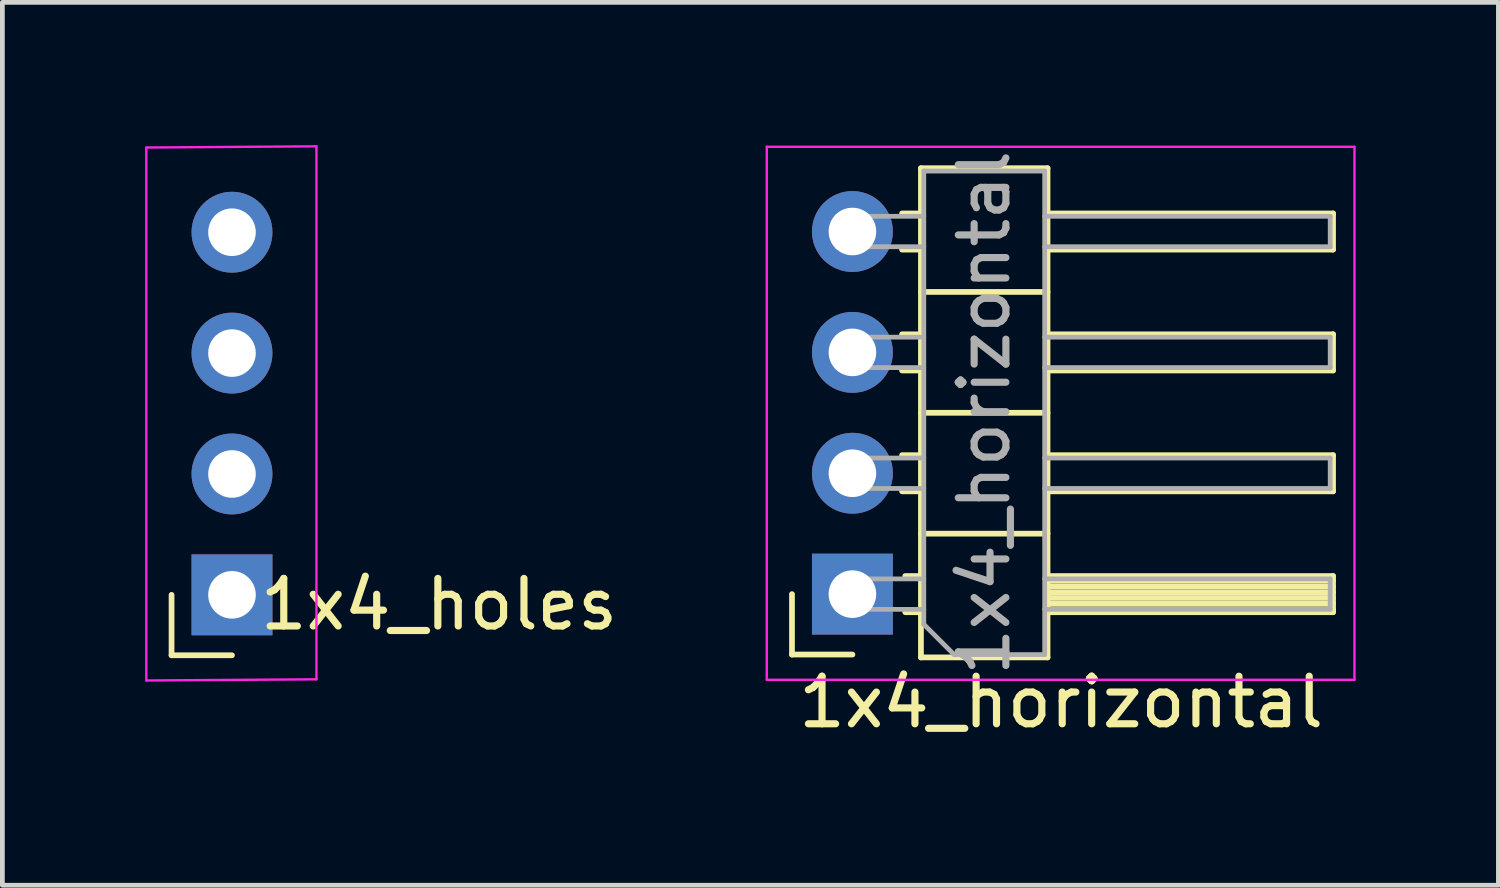
<source format=kicad_pcb>
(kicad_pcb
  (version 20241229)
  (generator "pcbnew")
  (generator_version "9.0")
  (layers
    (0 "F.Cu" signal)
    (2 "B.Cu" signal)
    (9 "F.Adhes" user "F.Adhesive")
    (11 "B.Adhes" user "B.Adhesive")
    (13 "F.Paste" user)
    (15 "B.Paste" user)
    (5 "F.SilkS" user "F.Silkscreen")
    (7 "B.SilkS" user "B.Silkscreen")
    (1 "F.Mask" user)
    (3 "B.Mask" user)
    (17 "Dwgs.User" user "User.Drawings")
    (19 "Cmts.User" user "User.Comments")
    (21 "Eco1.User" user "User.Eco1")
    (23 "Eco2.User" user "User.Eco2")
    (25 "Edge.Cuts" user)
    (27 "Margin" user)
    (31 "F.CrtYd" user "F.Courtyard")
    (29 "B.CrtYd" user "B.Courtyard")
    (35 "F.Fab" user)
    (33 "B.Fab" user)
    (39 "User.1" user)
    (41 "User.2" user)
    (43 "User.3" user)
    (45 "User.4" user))
  (footprint "1x4_holes"
    (layer "F.Cu")
    (at 1.825 1.85)
    (property "Reference" "1x4_holes" (at 4.35 7.8 0) (layer "F.SilkS") (effects (font (size 1 1) (thickness 0.15))))
    (attr through_hole)
    (fp_line (start -1.27 7.6) (end -1.27 8.87) (stroke (width 0.12) (type solid)) (layer "F.SilkS"))
    (fp_line (start -1.27 8.87) (end 0 8.87) (stroke (width 0.12) (type solid)) (layer "F.SilkS"))
    (fp_line (start -1.8 -1.8) (end 1.775 -1.825) (stroke (width 0.05) (type solid)) (layer "F.CrtYd"))
    (fp_line (start -1.8 9.4) (end -1.8 -1.8) (stroke (width 0.05) (type solid)) (layer "F.CrtYd"))
    (fp_line (start 1.775 -1.825) (end 1.775 9.375) (stroke (width 0.05) (type solid)) (layer "F.CrtYd"))
    (fp_line (start 1.775 9.375) (end -1.8 9.4) (stroke (width 0.05) (type solid)) (layer "F.CrtYd"))
    (fp_line (start -0.32 0.3) (end -0.32 -0.34) (stroke (width 0.1) (type solid)) (layer "F.Fab"))
    (fp_line (start -0.32 2.84) (end -0.32 2.2) (stroke (width 0.1) (type solid)) (layer "F.Fab"))
    (fp_line (start -0.32 5.38) (end -0.32 4.74) (stroke (width 0.1) (type solid)) (layer "F.Fab"))
    (fp_line (start -0.32 7.92) (end -0.32 7.28) (stroke (width 0.1) (type solid)) (layer "F.Fab"))
    (pad "1" thru_hole rect (at 0 7.6) (size 1.7 1.7) (drill 1) (layers "*.Cu" "*.Mask"))
    (pad "2" thru_hole oval (at 0 5.06) (size 1.7 1.7) (drill 1) (layers "*.Cu" "*.Mask"))
    (pad "3" thru_hole oval (at 0 2.52) (size 1.7 1.7) (drill 1) (layers "*.Cu" "*.Mask"))
    (pad "4" thru_hole oval (at 0 -0.02) (size 1.7 1.7) (drill 1) (layers "*.Cu" "*.Mask")))
  (footprint "1x4_horizontal"
    (layer "F.Cu")
    (at 14.863 1.835)
    (property "Reference" "1x4_horizontal" (at 4.385 9.87 0) (layer "F.SilkS") (effects (font (size 1 1) (thickness 0.15))))
    (attr through_hole)
    (fp_line (start -1.27 7.6) (end -1.27 8.87) (stroke (width 0.12) (type solid)) (layer "F.SilkS"))
    (fp_line (start -1.27 8.87) (end 0 8.87) (stroke (width 0.12) (type solid)) (layer "F.SilkS"))
    (fp_line (start 1.043 -0.4) (end 1.44 -0.4) (stroke (width 0.12) (type solid)) (layer "F.SilkS"))
    (fp_line (start 1.043 0.36) (end 1.44 0.36) (stroke (width 0.12) (type solid)) (layer "F.SilkS"))
    (fp_line (start 1.043 2.14) (end 1.44 2.14) (stroke (width 0.12) (type solid)) (layer "F.SilkS"))
    (fp_line (start 1.043 2.9) (end 1.44 2.9) (stroke (width 0.12) (type solid)) (layer "F.SilkS"))
    (fp_line (start 1.043 4.68) (end 1.44 4.68) (stroke (width 0.12) (type solid)) (layer "F.SilkS"))
    (fp_line (start 1.043 5.44) (end 1.44 5.44) (stroke (width 0.12) (type solid)) (layer "F.SilkS"))
    (fp_line (start 1.11 7.22) (end 1.44 7.22) (stroke (width 0.12) (type solid)) (layer "F.SilkS"))
    (fp_line (start 1.11 7.98) (end 1.44 7.98) (stroke (width 0.12) (type solid)) (layer "F.SilkS"))
    (fp_line (start 1.44 -1.35) (end 4.1 -1.35) (stroke (width 0.12) (type solid)) (layer "F.SilkS"))
    (fp_line (start 1.44 1.25) (end 4.1 1.25) (stroke (width 0.12) (type solid)) (layer "F.SilkS"))
    (fp_line (start 1.44 3.79) (end 4.1 3.79) (stroke (width 0.12) (type solid)) (layer "F.SilkS"))
    (fp_line (start 1.44 6.33) (end 4.1 6.33) (stroke (width 0.12) (type solid)) (layer "F.SilkS"))
    (fp_line (start 1.44 8.93) (end 1.44 -1.35) (stroke (width 0.12) (type solid)) (layer "F.SilkS"))
    (fp_line (start 4.1 -1.35) (end 4.1 8.93) (stroke (width 0.12) (type solid)) (layer "F.SilkS"))
    (fp_line (start 4.1 0.36) (end 10.1 0.36) (stroke (width 0.12) (type solid)) (layer "F.SilkS"))
    (fp_line (start 4.1 2.9) (end 10.1 2.9) (stroke (width 0.12) (type solid)) (layer "F.SilkS"))
    (fp_line (start 4.1 5.44) (end 10.1 5.44) (stroke (width 0.12) (type solid)) (layer "F.SilkS"))
    (fp_line (start 4.1 7.32) (end 10.1 7.32) (stroke (width 0.12) (type solid)) (layer "F.SilkS"))
    (fp_line (start 4.1 7.44) (end 10.1 7.44) (stroke (width 0.12) (type solid)) (layer "F.SilkS"))
    (fp_line (start 4.1 7.56) (end 10.1 7.56) (stroke (width 0.12) (type solid)) (layer "F.SilkS"))
    (fp_line (start 4.1 7.68) (end 10.1 7.68) (stroke (width 0.12) (type solid)) (layer "F.SilkS"))
    (fp_line (start 4.1 7.8) (end 10.1 7.8) (stroke (width 0.12) (type solid)) (layer "F.SilkS"))
    (fp_line (start 4.1 7.92) (end 10.1 7.92) (stroke (width 0.12) (type solid)) (layer "F.SilkS"))
    (fp_line (start 4.1 7.98) (end 10.1 7.98) (stroke (width 0.12) (type solid)) (layer "F.SilkS"))
    (fp_line (start 4.1 8.93) (end 1.44 8.93) (stroke (width 0.12) (type solid)) (layer "F.SilkS"))
    (fp_line (start 10.1 -0.4) (end 4.1 -0.4) (stroke (width 0.12) (type solid)) (layer "F.SilkS"))
    (fp_line (start 10.1 0.36) (end 10.1 -0.4) (stroke (width 0.12) (type solid)) (layer "F.SilkS"))
    (fp_line (start 10.1 2.14) (end 4.1 2.14) (stroke (width 0.12) (type solid)) (layer "F.SilkS"))
    (fp_line (start 10.1 2.9) (end 10.1 2.14) (stroke (width 0.12) (type solid)) (layer "F.SilkS"))
    (fp_line (start 10.1 4.68) (end 4.1 4.68) (stroke (width 0.12) (type solid)) (layer "F.SilkS"))
    (fp_line (start 10.1 5.44) (end 10.1 4.68) (stroke (width 0.12) (type solid)) (layer "F.SilkS"))
    (fp_line (start 10.1 7.22) (end 4.1 7.22) (stroke (width 0.12) (type solid)) (layer "F.SilkS"))
    (fp_line (start 10.1 7.98) (end 10.1 7.22) (stroke (width 0.12) (type solid)) (layer "F.SilkS"))
    (fp_line (start -1.8 -1.8) (end 10.55 -1.8) (stroke (width 0.05) (type solid)) (layer "F.CrtYd"))
    (fp_line (start -1.8 9.4) (end -1.8 -1.8) (stroke (width 0.05) (type solid)) (layer "F.CrtYd"))
    (fp_line (start 10.55 -1.8) (end 10.55 9.4) (stroke (width 0.05) (type solid)) (layer "F.CrtYd"))
    (fp_line (start 10.55 9.4) (end -1.8 9.4) (stroke (width 0.05) (type solid)) (layer "F.CrtYd"))
    (fp_line (start -0.32 -0.34) (end 1.5 -0.34) (stroke (width 0.1) (type solid)) (layer "F.Fab"))
    (fp_line (start -0.32 0.3) (end -0.32 -0.34) (stroke (width 0.1) (type solid)) (layer "F.Fab"))
    (fp_line (start -0.32 0.3) (end 1.5 0.3) (stroke (width 0.1) (type solid)) (layer "F.Fab"))
    (fp_line (start -0.32 2.2) (end 1.5 2.2) (stroke (width 0.1) (type solid)) (layer "F.Fab"))
    (fp_line (start -0.32 2.84) (end -0.32 2.2) (stroke (width 0.1) (type solid)) (layer "F.Fab"))
    (fp_line (start -0.32 2.84) (end 1.5 2.84) (stroke (width 0.1) (type solid)) (layer "F.Fab"))
    (fp_line (start -0.32 4.74) (end 1.5 4.74) (stroke (width 0.1) (type solid)) (layer "F.Fab"))
    (fp_line (start -0.32 5.38) (end -0.32 4.74) (stroke (width 0.1) (type solid)) (layer "F.Fab"))
    (fp_line (start -0.32 5.38) (end 1.5 5.38) (stroke (width 0.1) (type solid)) (layer "F.Fab"))
    (fp_line (start -0.32 7.28) (end 1.5 7.28) (stroke (width 0.1) (type solid)) (layer "F.Fab"))
    (fp_line (start -0.32 7.92) (end -0.32 7.28) (stroke (width 0.1) (type solid)) (layer "F.Fab"))
    (fp_line (start -0.32 7.92) (end 1.5 7.92) (stroke (width 0.1) (type solid)) (layer "F.Fab"))
    (fp_line (start 1.5 -1.29) (end 1.5 8.235) (stroke (width 0.1) (type solid)) (layer "F.Fab"))
    (fp_line (start 1.5 8.235) (end 2.135 8.87) (stroke (width 0.1) (type solid)) (layer "F.Fab"))
    (fp_line (start 2.135 8.87) (end 4.04 8.87) (stroke (width 0.1) (type solid)) (layer "F.Fab"))
    (fp_line (start 4.04 -1.29) (end 1.5 -1.29) (stroke (width 0.1) (type solid)) (layer "F.Fab"))
    (fp_line (start 4.04 -0.34) (end 10.04 -0.34) (stroke (width 0.1) (type solid)) (layer "F.Fab"))
    (fp_line (start 4.04 0.3) (end 10.04 0.3) (stroke (width 0.1) (type solid)) (layer "F.Fab"))
    (fp_line (start 4.04 2.2) (end 10.04 2.2) (stroke (width 0.1) (type solid)) (layer "F.Fab"))
    (fp_line (start 4.04 2.84) (end 10.04 2.84) (stroke (width 0.1) (type solid)) (layer "F.Fab"))
    (fp_line (start 4.04 4.74) (end 10.04 4.74) (stroke (width 0.1) (type solid)) (layer "F.Fab"))
    (fp_line (start 4.04 5.38) (end 10.04 5.38) (stroke (width 0.1) (type solid)) (layer "F.Fab"))
    (fp_line (start 4.04 7.28) (end 10.04 7.28) (stroke (width 0.1) (type solid)) (layer "F.Fab"))
    (fp_line (start 4.04 7.92) (end 10.04 7.92) (stroke (width 0.1) (type solid)) (layer "F.Fab"))
    (fp_line (start 4.04 8.87) (end 4.04 -1.29) (stroke (width 0.1) (type solid)) (layer "F.Fab"))
    (fp_line (start 10.04 0.3) (end 10.04 -0.34) (stroke (width 0.1) (type solid)) (layer "F.Fab"))
    (fp_line (start 10.04 2.84) (end 10.04 2.2) (stroke (width 0.1) (type solid)) (layer "F.Fab"))
    (fp_line (start 10.04 5.38) (end 10.04 4.74) (stroke (width 0.1) (type solid)) (layer "F.Fab"))
    (fp_line (start 10.04 7.92) (end 10.04 7.28) (stroke (width 0.1) (type solid)) (layer "F.Fab"))
    (fp_text user "${REFERENCE}" (at 2.77 3.79 90) (layer "F.Fab") (effects (font (size 1 1) (thickness 0.15))))
    (pad "1" thru_hole rect (at 0 7.6) (size 1.7 1.7) (drill 1) (layers "*.Cu" "*.Mask"))
    (pad "2" thru_hole oval (at 0 5.06) (size 1.7 1.7) (drill 1) (layers "*.Cu" "*.Mask"))
    (pad "3" thru_hole oval (at 0 2.52) (size 1.7 1.7) (drill 1) (layers "*.Cu" "*.Mask"))
    (pad "4" thru_hole oval (at 0 -0.02) (size 1.7 1.7) (drill 1) (layers "*.Cu" "*.Mask")))
  (gr_rect
    (start -3 -3)
    (end 28.438 15.553)
    (stroke (width 0.1) (type default))
    (fill no)
    (layer "Edge.Cuts")))
</source>
